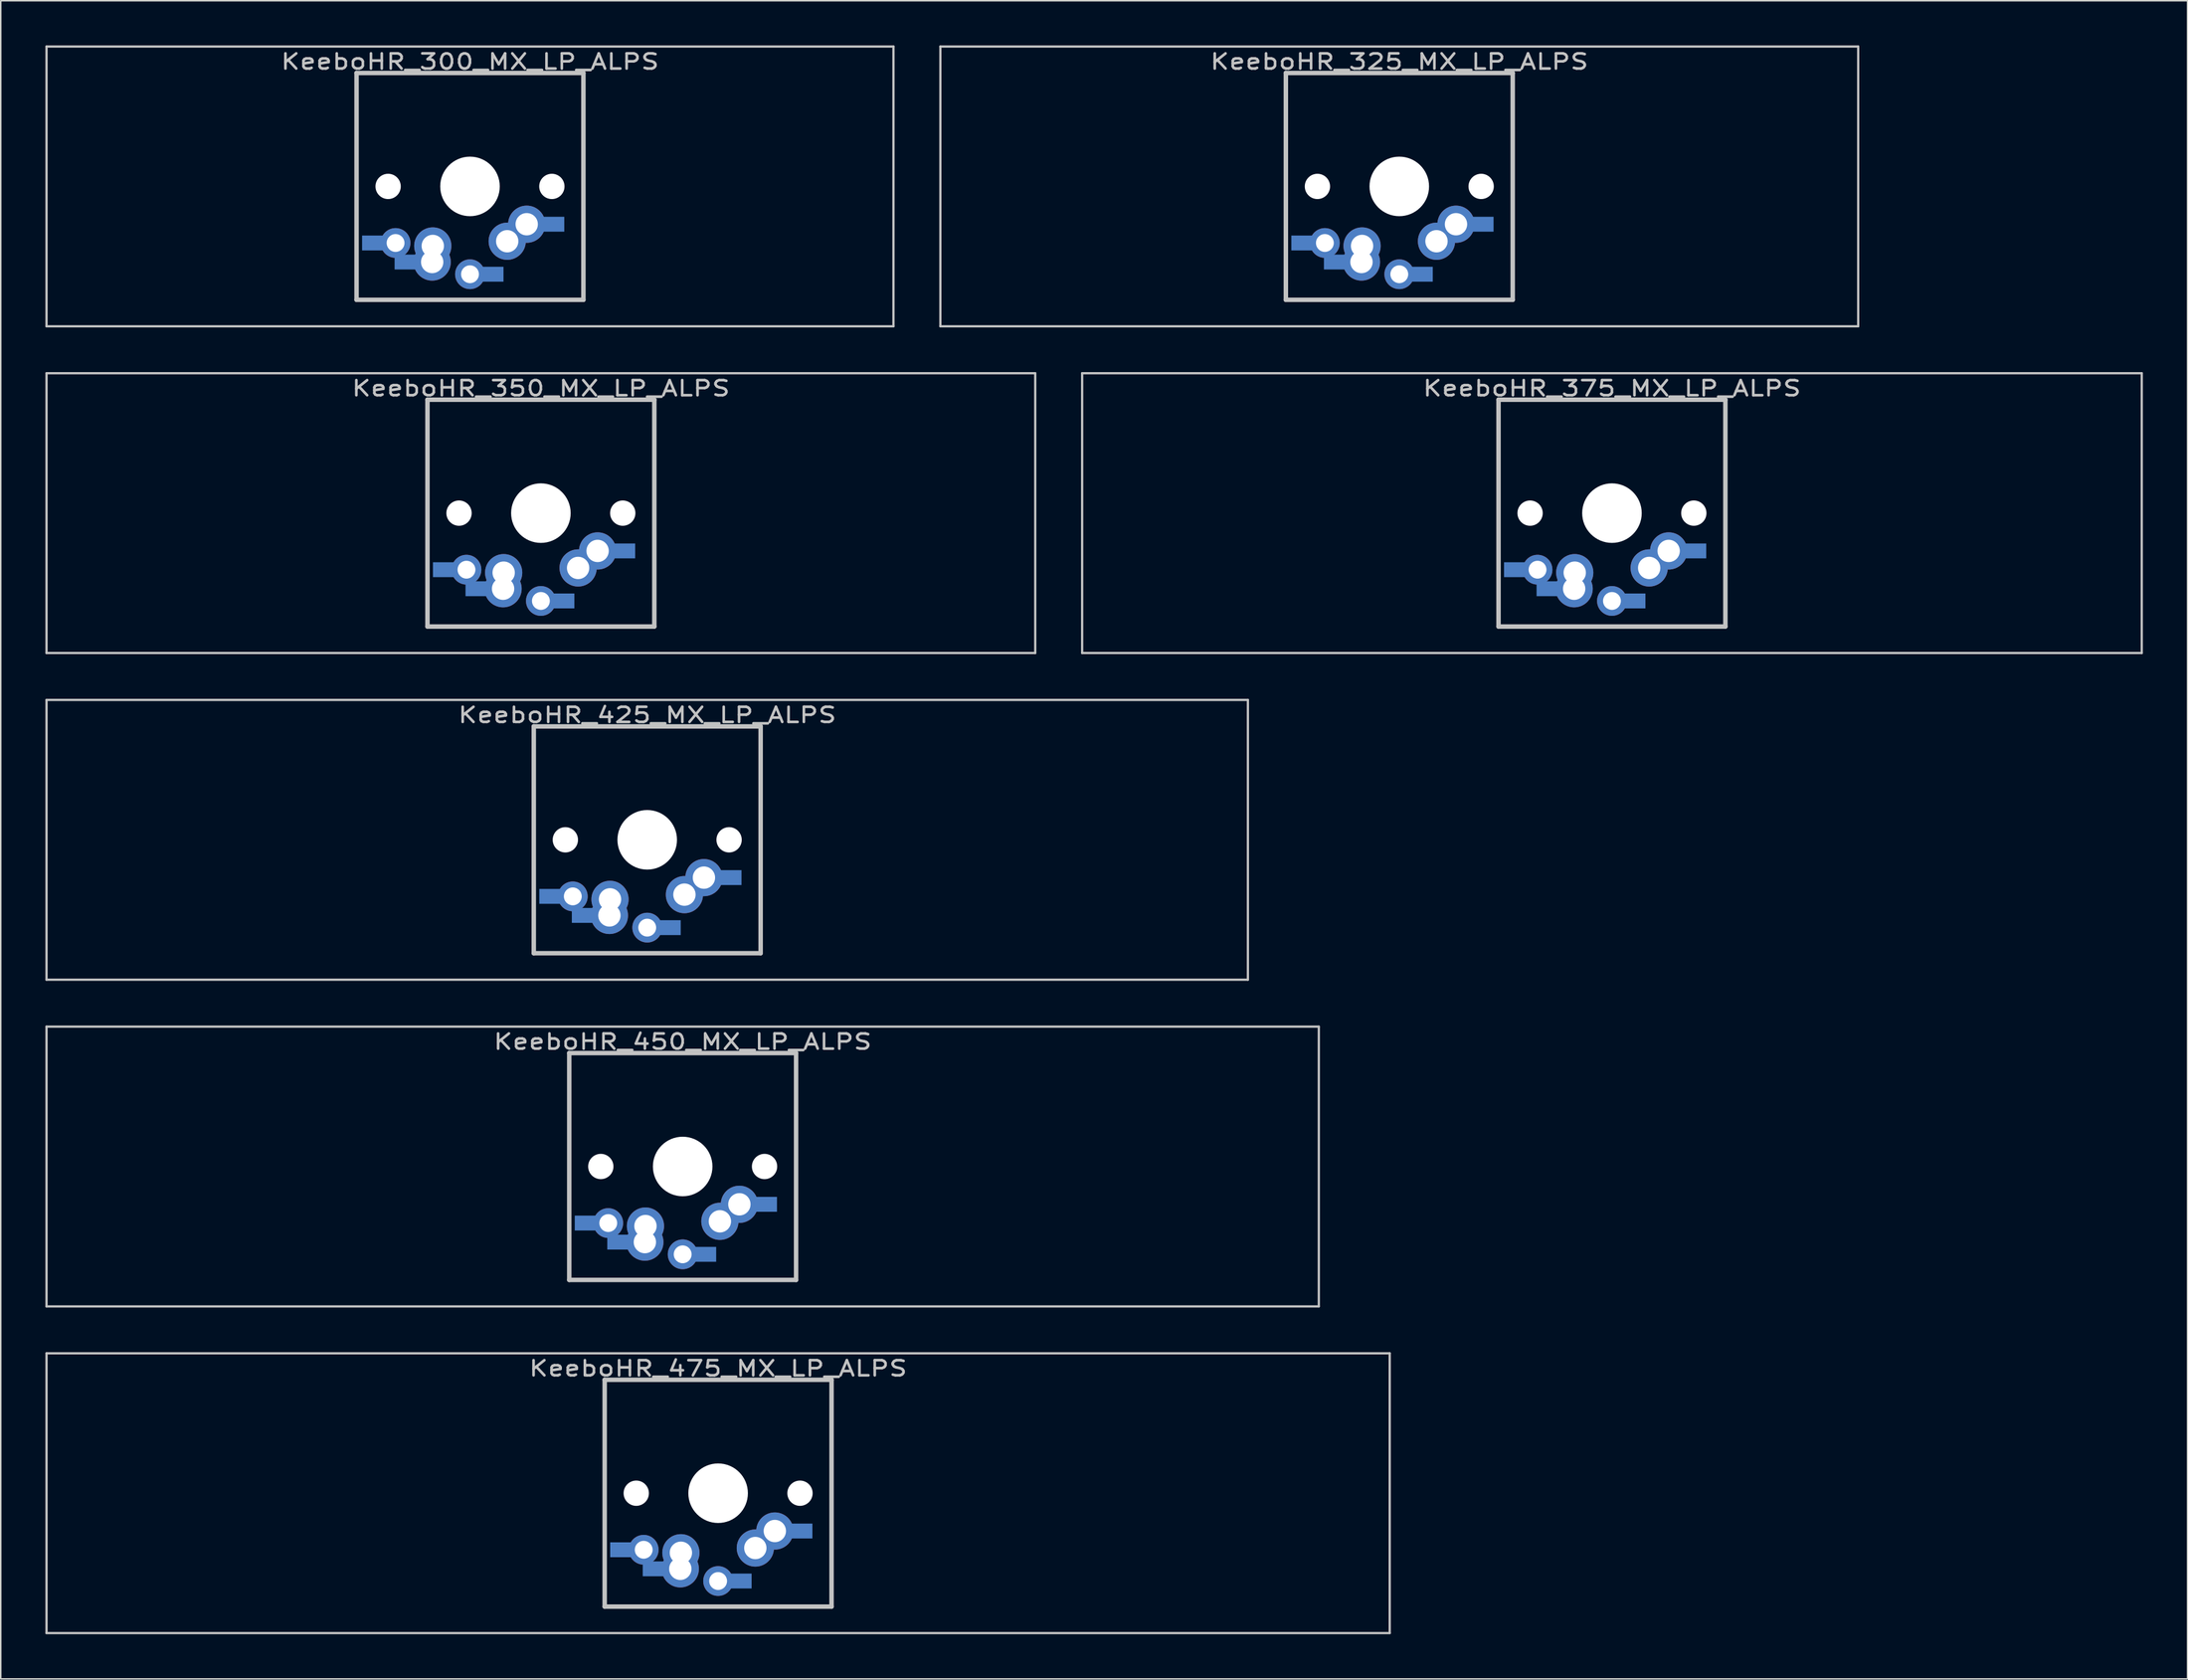
<source format=kicad_pcb>
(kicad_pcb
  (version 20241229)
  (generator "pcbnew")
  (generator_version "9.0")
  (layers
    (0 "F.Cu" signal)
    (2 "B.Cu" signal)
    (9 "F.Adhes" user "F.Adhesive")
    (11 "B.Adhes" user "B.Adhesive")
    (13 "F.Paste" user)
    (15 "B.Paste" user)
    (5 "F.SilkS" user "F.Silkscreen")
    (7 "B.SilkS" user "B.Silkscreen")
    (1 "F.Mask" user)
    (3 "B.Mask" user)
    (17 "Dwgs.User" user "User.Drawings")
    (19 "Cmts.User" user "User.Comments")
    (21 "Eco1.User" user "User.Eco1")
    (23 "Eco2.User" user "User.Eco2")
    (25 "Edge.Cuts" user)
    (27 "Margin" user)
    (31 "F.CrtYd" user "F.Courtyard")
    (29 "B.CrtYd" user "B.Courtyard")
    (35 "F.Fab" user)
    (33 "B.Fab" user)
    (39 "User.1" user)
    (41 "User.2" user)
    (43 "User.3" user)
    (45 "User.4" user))
  (footprint "KeeboHR_350_MX_LP_ALPS"
    (layer "B.Cu")
    (at 33.287 31.423)
    (property "Reference" "KeeboHR_350_MX_LP_ALPS" (at 0 -8.382 0) (layer "Dwgs.User") (effects (font (size 1.016 1.27) (thickness 0.178))))
    (attr through_hole)
    (fp_line (start -33.211 -9.398) (end 33.211 -9.398) (stroke (width 0.152) (type solid)) (layer "Dwgs.User"))
    (fp_line (start -33.211 9.398) (end -33.211 -9.398) (stroke (width 0.152) (type solid)) (layer "Dwgs.User"))
    (fp_line (start -7.62 -7.62) (end 7.62 -7.62) (stroke (width 0.3) (type solid)) (layer "Dwgs.User"))
    (fp_line (start -7.62 7.62) (end -7.62 -7.62) (stroke (width 0.3) (type solid)) (layer "Dwgs.User"))
    (fp_line (start 7.62 -7.62) (end 7.62 7.62) (stroke (width 0.3) (type solid)) (layer "Dwgs.User"))
    (fp_line (start 7.62 7.62) (end -7.62 7.62) (stroke (width 0.3) (type solid)) (layer "Dwgs.User"))
    (fp_line (start 33.211 -9.398) (end 33.211 9.398) (stroke (width 0.152) (type solid)) (layer "Dwgs.User"))
    (fp_line (start 33.211 9.398) (end -33.211 9.398) (stroke (width 0.152) (type solid)) (layer "Dwgs.User"))
    (pad "" np_thru_hole circle (at -5.5 0) (size 1.7 1.7) (drill 1.7) (layers "*.Cu" "*.Mask"))
    (pad "" np_thru_hole circle (at 0 0) (size 4 4) (drill 4) (layers "*.Cu" "*.Mask"))
    (pad "" np_thru_hole circle (at 5.5 0) (size 1.7 1.7) (drill 1.7) (layers "*.Cu" "*.Mask"))
    (pad "1" thru_hole circle (at 0 5.9) (size 2 2) (drill 1.2) (layers "*.Cu" "*.Mask"))
    (pad "1" smd rect (at 1.25 5.9) (size 2 1) (layers "B.Cu" "B.Mask"))
    (pad "1" thru_hole circle (at 2.5 3.683) (size 2.5 2.5) (drill 1.5) (layers "*.Cu" "*.Mask"))
    (pad "1" thru_hole circle (at 3.81 2.54) (size 2.5 2.5) (drill 1.5) (layers "*.Cu" "*.Mask"))
    (pad "1" smd rect (at 5.334 2.54) (size 2 1) (layers "B.Cu" "B.Mask"))
    (pad "2" smd rect (at -6.25 3.8) (size 2 1) (layers "B.Cu" "B.Mask"))
    (pad "2" thru_hole circle (at -5 3.8) (size 2 2) (drill 1.2) (layers "*.Cu" "*.Mask"))
    (pad "2" smd rect (at -4.064 5.08) (size 2 1) (layers "B.Cu" "B.Mask"))
    (pad "2" thru_hole circle (at -2.54 5.08) (size 2.5 2.5) (drill 1.5) (layers "*.Cu" "*.Mask"))
    (pad "2" thru_hole circle (at -2.5 4) (size 2.5 2.5) (drill 1.5) (layers "*.Cu" "*.Mask")))
  (footprint "KeeboHR_450_MX_LP_ALPS"
    (layer "B.Cu")
    (at 42.812 75.319)
    (property "Reference" "KeeboHR_450_MX_LP_ALPS" (at 0 -8.382 0) (layer "Dwgs.User") (effects (font (size 1.016 1.27) (thickness 0.178))))
    (attr through_hole)
    (fp_line (start -42.736 -9.398) (end 42.736 -9.398) (stroke (width 0.152) (type solid)) (layer "Dwgs.User"))
    (fp_line (start -42.736 9.398) (end -42.736 -9.398) (stroke (width 0.152) (type solid)) (layer "Dwgs.User"))
    (fp_line (start -7.62 -7.62) (end 7.62 -7.62) (stroke (width 0.3) (type solid)) (layer "Dwgs.User"))
    (fp_line (start -7.62 7.62) (end -7.62 -7.62) (stroke (width 0.3) (type solid)) (layer "Dwgs.User"))
    (fp_line (start 7.62 -7.62) (end 7.62 7.62) (stroke (width 0.3) (type solid)) (layer "Dwgs.User"))
    (fp_line (start 7.62 7.62) (end -7.62 7.62) (stroke (width 0.3) (type solid)) (layer "Dwgs.User"))
    (fp_line (start 42.736 -9.398) (end 42.736 9.398) (stroke (width 0.152) (type solid)) (layer "Dwgs.User"))
    (fp_line (start 42.736 9.398) (end -42.736 9.398) (stroke (width 0.152) (type solid)) (layer "Dwgs.User"))
    (pad "" np_thru_hole circle (at -5.5 0) (size 1.7 1.7) (drill 1.7) (layers "*.Cu" "*.Mask"))
    (pad "" np_thru_hole circle (at 0 0) (size 4 4) (drill 4) (layers "*.Cu" "*.Mask"))
    (pad "" np_thru_hole circle (at 5.5 0) (size 1.7 1.7) (drill 1.7) (layers "*.Cu" "*.Mask"))
    (pad "1" thru_hole circle (at 0 5.9) (size 2 2) (drill 1.2) (layers "*.Cu" "*.Mask"))
    (pad "1" smd rect (at 1.25 5.9) (size 2 1) (layers "B.Cu" "B.Mask"))
    (pad "1" thru_hole circle (at 2.5 3.683) (size 2.5 2.5) (drill 1.5) (layers "*.Cu" "*.Mask"))
    (pad "1" thru_hole circle (at 3.81 2.54) (size 2.5 2.5) (drill 1.5) (layers "*.Cu" "*.Mask"))
    (pad "1" smd rect (at 5.334 2.54) (size 2 1) (layers "B.Cu" "B.Mask"))
    (pad "2" smd rect (at -6.25 3.8) (size 2 1) (layers "B.Cu" "B.Mask"))
    (pad "2" thru_hole circle (at -5 3.8) (size 2 2) (drill 1.2) (layers "*.Cu" "*.Mask"))
    (pad "2" smd rect (at -4.064 5.08) (size 2 1) (layers "B.Cu" "B.Mask"))
    (pad "2" thru_hole circle (at -2.54 5.08) (size 2.5 2.5) (drill 1.5) (layers "*.Cu" "*.Mask"))
    (pad "2" thru_hole circle (at -2.5 4) (size 2.5 2.5) (drill 1.5) (layers "*.Cu" "*.Mask")))
  (footprint "KeeboHR_325_MX_LP_ALPS"
    (layer "B.Cu")
    (at 90.954 9.474)
    (property "Reference" "KeeboHR_325_MX_LP_ALPS" (at 0 -8.382 0) (layer "Dwgs.User") (effects (font (size 1.016 1.27) (thickness 0.178))))
    (attr through_hole)
    (fp_line (start -30.829 -9.398) (end 30.829 -9.398) (stroke (width 0.152) (type solid)) (layer "Dwgs.User"))
    (fp_line (start -30.829 9.398) (end -30.829 -9.398) (stroke (width 0.152) (type solid)) (layer "Dwgs.User"))
    (fp_line (start -7.62 -7.62) (end 7.62 -7.62) (stroke (width 0.3) (type solid)) (layer "Dwgs.User"))
    (fp_line (start -7.62 7.62) (end -7.62 -7.62) (stroke (width 0.3) (type solid)) (layer "Dwgs.User"))
    (fp_line (start 7.62 -7.62) (end 7.62 7.62) (stroke (width 0.3) (type solid)) (layer "Dwgs.User"))
    (fp_line (start 7.62 7.62) (end -7.62 7.62) (stroke (width 0.3) (type solid)) (layer "Dwgs.User"))
    (fp_line (start 30.829 -9.398) (end 30.829 9.398) (stroke (width 0.152) (type solid)) (layer "Dwgs.User"))
    (fp_line (start 30.829 9.398) (end -30.829 9.398) (stroke (width 0.152) (type solid)) (layer "Dwgs.User"))
    (pad "" np_thru_hole circle (at -5.5 0) (size 1.7 1.7) (drill 1.7) (layers "*.Cu" "*.Mask"))
    (pad "" np_thru_hole circle (at 0 0) (size 4 4) (drill 4) (layers "*.Cu" "*.Mask"))
    (pad "" np_thru_hole circle (at 5.5 0) (size 1.7 1.7) (drill 1.7) (layers "*.Cu" "*.Mask"))
    (pad "1" thru_hole circle (at 0 5.9) (size 2 2) (drill 1.2) (layers "*.Cu" "*.Mask"))
    (pad "1" smd rect (at 1.25 5.9) (size 2 1) (layers "B.Cu" "B.Mask"))
    (pad "1" thru_hole circle (at 2.5 3.683) (size 2.5 2.5) (drill 1.5) (layers "*.Cu" "*.Mask"))
    (pad "1" thru_hole circle (at 3.81 2.54) (size 2.5 2.5) (drill 1.5) (layers "*.Cu" "*.Mask"))
    (pad "1" smd rect (at 5.334 2.54) (size 2 1) (layers "B.Cu" "B.Mask"))
    (pad "2" smd rect (at -6.25 3.8) (size 2 1) (layers "B.Cu" "B.Mask"))
    (pad "2" thru_hole circle (at -5 3.8) (size 2 2) (drill 1.2) (layers "*.Cu" "*.Mask"))
    (pad "2" smd rect (at -4.064 5.08) (size 2 1) (layers "B.Cu" "B.Mask"))
    (pad "2" thru_hole circle (at -2.54 5.08) (size 2.5 2.5) (drill 1.5) (layers "*.Cu" "*.Mask"))
    (pad "2" thru_hole circle (at -2.5 4) (size 2.5 2.5) (drill 1.5) (layers "*.Cu" "*.Mask")))
  (footprint "KeeboHR_425_MX_LP_ALPS"
    (layer "B.Cu")
    (at 40.43 53.371)
    (property "Reference" "KeeboHR_425_MX_LP_ALPS" (at 0 -8.382 0) (layer "Dwgs.User") (effects (font (size 1.016 1.27) (thickness 0.178))))
    (attr through_hole)
    (fp_line (start -40.354 -9.398) (end 40.354 -9.398) (stroke (width 0.152) (type solid)) (layer "Dwgs.User"))
    (fp_line (start -40.354 9.398) (end -40.354 -9.398) (stroke (width 0.152) (type solid)) (layer "Dwgs.User"))
    (fp_line (start -7.62 -7.62) (end 7.62 -7.62) (stroke (width 0.3) (type solid)) (layer "Dwgs.User"))
    (fp_line (start -7.62 7.62) (end -7.62 -7.62) (stroke (width 0.3) (type solid)) (layer "Dwgs.User"))
    (fp_line (start 7.62 -7.62) (end 7.62 7.62) (stroke (width 0.3) (type solid)) (layer "Dwgs.User"))
    (fp_line (start 7.62 7.62) (end -7.62 7.62) (stroke (width 0.3) (type solid)) (layer "Dwgs.User"))
    (fp_line (start 40.354 -9.398) (end 40.354 9.398) (stroke (width 0.152) (type solid)) (layer "Dwgs.User"))
    (fp_line (start 40.354 9.398) (end -40.354 9.398) (stroke (width 0.152) (type solid)) (layer "Dwgs.User"))
    (pad "" np_thru_hole circle (at -5.5 0) (size 1.7 1.7) (drill 1.7) (layers "*.Cu" "*.Mask"))
    (pad "" np_thru_hole circle (at 0 0) (size 4 4) (drill 4) (layers "*.Cu" "*.Mask"))
    (pad "" np_thru_hole circle (at 5.5 0) (size 1.7 1.7) (drill 1.7) (layers "*.Cu" "*.Mask"))
    (pad "1" thru_hole circle (at 0 5.9) (size 2 2) (drill 1.2) (layers "*.Cu" "*.Mask"))
    (pad "1" smd rect (at 1.25 5.9) (size 2 1) (layers "B.Cu" "B.Mask"))
    (pad "1" thru_hole circle (at 2.5 3.683) (size 2.5 2.5) (drill 1.5) (layers "*.Cu" "*.Mask"))
    (pad "1" thru_hole circle (at 3.81 2.54) (size 2.5 2.5) (drill 1.5) (layers "*.Cu" "*.Mask"))
    (pad "1" smd rect (at 5.334 2.54) (size 2 1) (layers "B.Cu" "B.Mask"))
    (pad "2" smd rect (at -6.25 3.8) (size 2 1) (layers "B.Cu" "B.Mask"))
    (pad "2" thru_hole circle (at -5 3.8) (size 2 2) (drill 1.2) (layers "*.Cu" "*.Mask"))
    (pad "2" smd rect (at -4.064 5.08) (size 2 1) (layers "B.Cu" "B.Mask"))
    (pad "2" thru_hole circle (at -2.54 5.08) (size 2.5 2.5) (drill 1.5) (layers "*.Cu" "*.Mask"))
    (pad "2" thru_hole circle (at -2.5 4) (size 2.5 2.5) (drill 1.5) (layers "*.Cu" "*.Mask")))
  (footprint "KeeboHR_375_MX_LP_ALPS"
    (layer "B.Cu")
    (at 105.241 31.423)
    (property "Reference" "KeeboHR_375_MX_LP_ALPS" (at 0 -8.382 0) (layer "Dwgs.User") (effects (font (size 1.016 1.27) (thickness 0.178))))
    (attr through_hole)
    (fp_line (start -35.592 -9.398) (end 35.592 -9.398) (stroke (width 0.152) (type solid)) (layer "Dwgs.User"))
    (fp_line (start -35.592 9.398) (end -35.592 -9.398) (stroke (width 0.152) (type solid)) (layer "Dwgs.User"))
    (fp_line (start -7.62 -7.62) (end 7.62 -7.62) (stroke (width 0.3) (type solid)) (layer "Dwgs.User"))
    (fp_line (start -7.62 7.62) (end -7.62 -7.62) (stroke (width 0.3) (type solid)) (layer "Dwgs.User"))
    (fp_line (start 7.62 -7.62) (end 7.62 7.62) (stroke (width 0.3) (type solid)) (layer "Dwgs.User"))
    (fp_line (start 7.62 7.62) (end -7.62 7.62) (stroke (width 0.3) (type solid)) (layer "Dwgs.User"))
    (fp_line (start 35.592 -9.398) (end 35.592 9.398) (stroke (width 0.152) (type solid)) (layer "Dwgs.User"))
    (fp_line (start 35.592 9.398) (end -35.592 9.398) (stroke (width 0.152) (type solid)) (layer "Dwgs.User"))
    (pad "" np_thru_hole circle (at -5.5 0) (size 1.7 1.7) (drill 1.7) (layers "*.Cu" "*.Mask"))
    (pad "" np_thru_hole circle (at 0 0) (size 4 4) (drill 4) (layers "*.Cu" "*.Mask"))
    (pad "" np_thru_hole circle (at 5.5 0) (size 1.7 1.7) (drill 1.7) (layers "*.Cu" "*.Mask"))
    (pad "1" thru_hole circle (at 0 5.9) (size 2 2) (drill 1.2) (layers "*.Cu" "*.Mask"))
    (pad "1" smd rect (at 1.25 5.9) (size 2 1) (layers "B.Cu" "B.Mask"))
    (pad "1" thru_hole circle (at 2.5 3.683) (size 2.5 2.5) (drill 1.5) (layers "*.Cu" "*.Mask"))
    (pad "1" thru_hole circle (at 3.81 2.54) (size 2.5 2.5) (drill 1.5) (layers "*.Cu" "*.Mask"))
    (pad "1" smd rect (at 5.334 2.54) (size 2 1) (layers "B.Cu" "B.Mask"))
    (pad "2" smd rect (at -6.25 3.8) (size 2 1) (layers "B.Cu" "B.Mask"))
    (pad "2" thru_hole circle (at -5 3.8) (size 2 2) (drill 1.2) (layers "*.Cu" "*.Mask"))
    (pad "2" smd rect (at -4.064 5.08) (size 2 1) (layers "B.Cu" "B.Mask"))
    (pad "2" thru_hole circle (at -2.54 5.08) (size 2.5 2.5) (drill 1.5) (layers "*.Cu" "*.Mask"))
    (pad "2" thru_hole circle (at -2.5 4) (size 2.5 2.5) (drill 1.5) (layers "*.Cu" "*.Mask")))
  (footprint "KeeboHR_475_MX_LP_ALPS"
    (layer "B.Cu")
    (at 45.193 97.268)
    (property "Reference" "KeeboHR_475_MX_LP_ALPS" (at 0 -8.382 0) (layer "Dwgs.User") (effects (font (size 1.016 1.27) (thickness 0.178))))
    (attr through_hole)
    (fp_line (start -45.117 -9.398) (end 45.117 -9.398) (stroke (width 0.152) (type solid)) (layer "Dwgs.User"))
    (fp_line (start -45.117 9.398) (end -45.117 -9.398) (stroke (width 0.152) (type solid)) (layer "Dwgs.User"))
    (fp_line (start -7.62 -7.62) (end 7.62 -7.62) (stroke (width 0.3) (type solid)) (layer "Dwgs.User"))
    (fp_line (start -7.62 7.62) (end -7.62 -7.62) (stroke (width 0.3) (type solid)) (layer "Dwgs.User"))
    (fp_line (start 7.62 -7.62) (end 7.62 7.62) (stroke (width 0.3) (type solid)) (layer "Dwgs.User"))
    (fp_line (start 7.62 7.62) (end -7.62 7.62) (stroke (width 0.3) (type solid)) (layer "Dwgs.User"))
    (fp_line (start 45.117 -9.398) (end 45.117 9.398) (stroke (width 0.152) (type solid)) (layer "Dwgs.User"))
    (fp_line (start 45.117 9.398) (end -45.117 9.398) (stroke (width 0.152) (type solid)) (layer "Dwgs.User"))
    (pad "" np_thru_hole circle (at -5.5 0) (size 1.7 1.7) (drill 1.7) (layers "*.Cu" "*.Mask"))
    (pad "" np_thru_hole circle (at 0 0) (size 4 4) (drill 4) (layers "*.Cu" "*.Mask"))
    (pad "" np_thru_hole circle (at 5.5 0) (size 1.7 1.7) (drill 1.7) (layers "*.Cu" "*.Mask"))
    (pad "1" thru_hole circle (at 0 5.9) (size 2 2) (drill 1.2) (layers "*.Cu" "*.Mask"))
    (pad "1" smd rect (at 1.25 5.9) (size 2 1) (layers "B.Cu" "B.Mask"))
    (pad "1" thru_hole circle (at 2.5 3.683) (size 2.5 2.5) (drill 1.5) (layers "*.Cu" "*.Mask"))
    (pad "1" thru_hole circle (at 3.81 2.54) (size 2.5 2.5) (drill 1.5) (layers "*.Cu" "*.Mask"))
    (pad "1" smd rect (at 5.334 2.54) (size 2 1) (layers "B.Cu" "B.Mask"))
    (pad "2" smd rect (at -6.25 3.8) (size 2 1) (layers "B.Cu" "B.Mask"))
    (pad "2" thru_hole circle (at -5 3.8) (size 2 2) (drill 1.2) (layers "*.Cu" "*.Mask"))
    (pad "2" smd rect (at -4.064 5.08) (size 2 1) (layers "B.Cu" "B.Mask"))
    (pad "2" thru_hole circle (at -2.54 5.08) (size 2.5 2.5) (drill 1.5) (layers "*.Cu" "*.Mask"))
    (pad "2" thru_hole circle (at -2.5 4) (size 2.5 2.5) (drill 1.5) (layers "*.Cu" "*.Mask")))
  (footprint "KeeboHR_300_MX_LP_ALPS"
    (layer "B.Cu")
    (at 28.524 9.474)
    (property "Reference" "KeeboHR_300_MX_LP_ALPS" (at 0 -8.382 0) (layer "Dwgs.User") (effects (font (size 1.016 1.27) (thickness 0.178))))
    (attr through_hole)
    (fp_line (start -28.448 -9.398) (end 28.448 -9.398) (stroke (width 0.152) (type solid)) (layer "Dwgs.User"))
    (fp_line (start -28.448 9.398) (end -28.448 -9.398) (stroke (width 0.152) (type solid)) (layer "Dwgs.User"))
    (fp_line (start -7.62 -7.62) (end 7.62 -7.62) (stroke (width 0.3) (type solid)) (layer "Dwgs.User"))
    (fp_line (start -7.62 7.62) (end -7.62 -7.62) (stroke (width 0.3) (type solid)) (layer "Dwgs.User"))
    (fp_line (start 7.62 -7.62) (end 7.62 7.62) (stroke (width 0.3) (type solid)) (layer "Dwgs.User"))
    (fp_line (start 7.62 7.62) (end -7.62 7.62) (stroke (width 0.3) (type solid)) (layer "Dwgs.User"))
    (fp_line (start 28.448 -9.398) (end 28.448 9.398) (stroke (width 0.152) (type solid)) (layer "Dwgs.User"))
    (fp_line (start 28.448 9.398) (end -28.448 9.398) (stroke (width 0.152) (type solid)) (layer "Dwgs.User"))
    (pad "" np_thru_hole circle (at -5.5 0) (size 1.7 1.7) (drill 1.7) (layers "*.Cu" "*.Mask"))
    (pad "" np_thru_hole circle (at 0 0) (size 4 4) (drill 4) (layers "*.Cu" "*.Mask"))
    (pad "" np_thru_hole circle (at 5.5 0) (size 1.7 1.7) (drill 1.7) (layers "*.Cu" "*.Mask"))
    (pad "1" thru_hole circle (at 0 5.9) (size 2 2) (drill 1.2) (layers "*.Cu" "*.Mask"))
    (pad "1" smd rect (at 1.25 5.9) (size 2 1) (layers "B.Cu" "B.Mask"))
    (pad "1" thru_hole circle (at 2.5 3.683) (size 2.5 2.5) (drill 1.5) (layers "*.Cu" "*.Mask"))
    (pad "1" thru_hole circle (at 3.81 2.54) (size 2.5 2.5) (drill 1.5) (layers "*.Cu" "*.Mask"))
    (pad "1" smd rect (at 5.334 2.54) (size 2 1) (layers "B.Cu" "B.Mask"))
    (pad "2" smd rect (at -6.25 3.8) (size 2 1) (layers "B.Cu" "B.Mask"))
    (pad "2" thru_hole circle (at -5 3.8) (size 2 2) (drill 1.2) (layers "*.Cu" "*.Mask"))
    (pad "2" smd rect (at -4.064 5.08) (size 2 1) (layers "B.Cu" "B.Mask"))
    (pad "2" thru_hole circle (at -2.54 5.08) (size 2.5 2.5) (drill 1.5) (layers "*.Cu" "*.Mask"))
    (pad "2" thru_hole circle (at -2.5 4) (size 2.5 2.5) (drill 1.5) (layers "*.Cu" "*.Mask")))
  (gr_rect
    (start -3 -3)
    (end 143.909 109.742)
    (stroke (width 0.1) (type default))
    (fill no)
    (layer "Edge.Cuts")))
</source>
